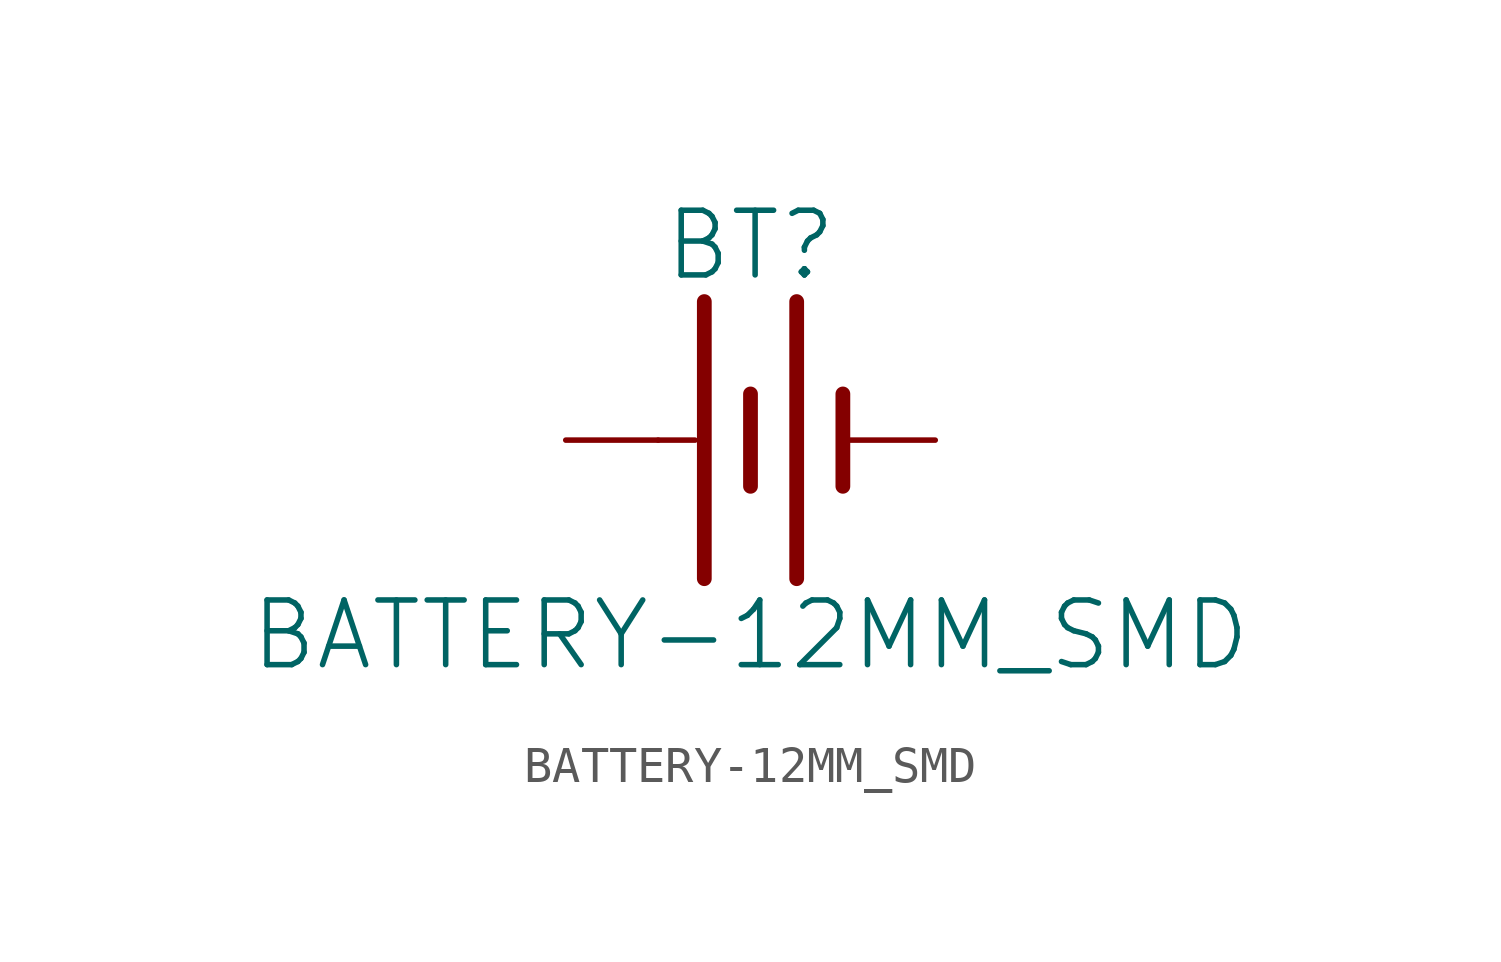
<source format=kicad_sym>
(kicad_symbol_lib
  (version 20211014)
  (generator kicad_symbol_editor)
  (symbol "BATTERY-12MM_SMD"
    (property "Reference" "BT"
      (at 0 4.318 0)
      (effects (font (size 1.778 1.778)) (justify bottom)))
    (property "Value" "BATTERY-12MM_SMD"
      (at 0 -4.318 0)
      (effects (font (size 1.778 1.778)) (justify top)))
    (property "ki_locked" ""
      (at 0 0 0)
      (effects (font (size 1.27 1.27))))
    (symbol "BATTERY-12MM_SMD_1_0"
      (polyline (pts (xy -2.54 0) (xy -1.524 0)) (stroke (width 0.152) (type default) (color 0 0 0 0)) (fill (type none)))
      (polyline (pts (xy -1.27 3.81) (xy -1.27 -3.81)) (stroke (width 0.406) (type default) (color 0 0 0 0)) (fill (type none)))
      (polyline (pts (xy 0 1.27) (xy 0 -1.27)) (stroke (width 0.406) (type default) (color 0 0 0 0)) (fill (type none)))
      (polyline (pts (xy 1.27 3.81) (xy 1.27 -3.81)) (stroke (width 0.406) (type default) (color 0 0 0 0)) (fill (type none)))
      (polyline (pts (xy 2.54 1.27) (xy 2.54 -1.27)) (stroke (width 0.406) (type default) (color 0 0 0 0)) (fill (type none)))
      (pin power_in line (at 5.08 0 180) (length 2.54) (name "-" (effects (font (size 0 0)))) (number "GND" (effects (font (size 0 0)))))
      (pin power_in line (at -5.08 0 0) (length 2.54) (name "+" (effects (font (size 0 0)))) (number "PWR@1" (effects (font (size 0 0))))))))
</source>
